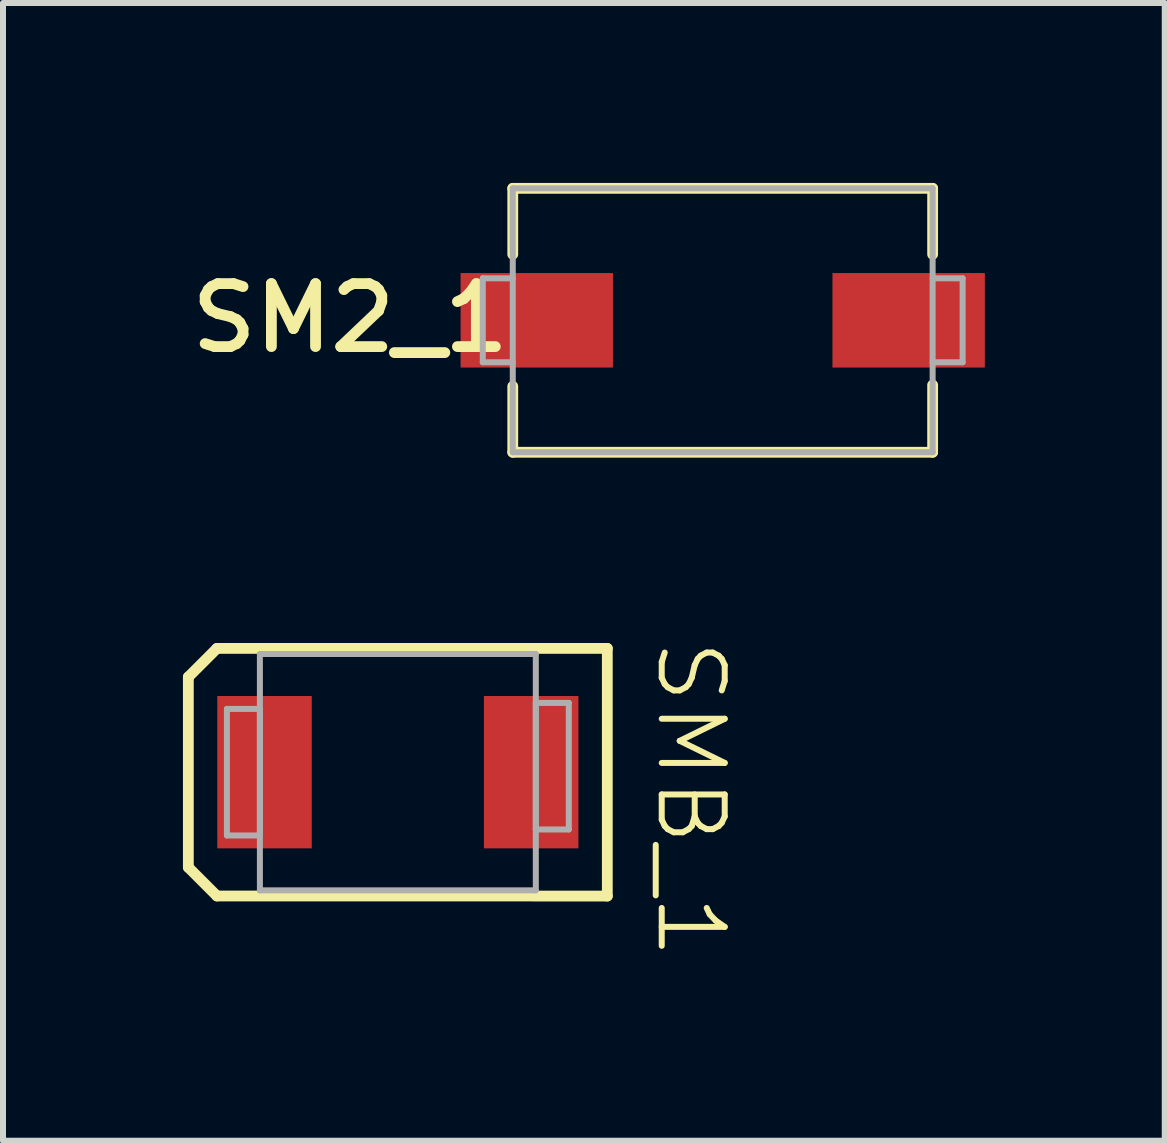
<source format=kicad_pcb>
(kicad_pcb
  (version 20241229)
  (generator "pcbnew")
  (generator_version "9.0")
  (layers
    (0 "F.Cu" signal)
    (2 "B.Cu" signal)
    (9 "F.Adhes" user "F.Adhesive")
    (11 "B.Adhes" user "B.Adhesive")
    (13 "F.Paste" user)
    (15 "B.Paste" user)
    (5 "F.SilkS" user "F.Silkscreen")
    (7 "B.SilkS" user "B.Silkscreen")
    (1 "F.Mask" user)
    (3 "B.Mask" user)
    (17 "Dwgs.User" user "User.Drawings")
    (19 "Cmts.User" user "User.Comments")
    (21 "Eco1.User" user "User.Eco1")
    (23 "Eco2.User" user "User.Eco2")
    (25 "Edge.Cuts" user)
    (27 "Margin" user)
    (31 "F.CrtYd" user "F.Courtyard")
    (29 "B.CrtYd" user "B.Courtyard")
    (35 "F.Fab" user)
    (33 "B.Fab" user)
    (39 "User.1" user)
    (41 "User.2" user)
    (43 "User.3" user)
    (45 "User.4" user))
  (footprint "SMB_1"
    (layer "F.Cu")
    (at 3.583 9.824)
    (property "Reference" "SMB_1" (at 4.88 0.45 270) (unlocked yes) (layer "F.SilkS") (effects (font (size 1.05 1.104) (thickness 0.1))))
    (attr smd)
    (fp_line (start -3.493 -1.587) (end -3.016 -2.064) (stroke (width 0.18) (type solid)) (layer "F.SilkS"))
    (fp_line (start -3.493 1.587) (end -3.493 -1.587) (stroke (width 0.18) (type solid)) (layer "F.SilkS"))
    (fp_line (start -3.493 1.587) (end -3.016 2.064) (stroke (width 0.18) (type solid)) (layer "F.SilkS"))
    (fp_line (start -3.016 -2.064) (end 3.492 -2.064) (stroke (width 0.18) (type solid)) (layer "F.SilkS"))
    (fp_line (start -3.016 2.064) (end 3.492 2.065) (stroke (width 0.18) (type solid)) (layer "F.SilkS"))
    (fp_line (start 3.492 2.065) (end 3.492 -2.064) (stroke (width 0.18) (type solid)) (layer "F.SilkS"))
    (fp_line (start -2.85 -1.055) (end -2.3 -1.055) (stroke (width 0.1) (type solid)) (layer "F.Fab"))
    (fp_line (start -2.85 1.055) (end -2.85 -1.055) (stroke (width 0.1) (type solid)) (layer "F.Fab"))
    (fp_line (start -2.85 1.055) (end -2.3 1.055) (stroke (width 0.1) (type solid)) (layer "F.Fab"))
    (fp_line (start -2.3 -1.97) (end 2.3 -1.97) (stroke (width 0.1) (type solid)) (layer "F.Fab"))
    (fp_line (start -2.3 1.055) (end -2.3 -1.055) (stroke (width 0.1) (type solid)) (layer "F.Fab"))
    (fp_line (start -2.3 1.97) (end -2.3 -1.97) (stroke (width 0.1) (type solid)) (layer "F.Fab"))
    (fp_line (start -2.3 1.97) (end 2.3 1.97) (stroke (width 0.1) (type solid)) (layer "F.Fab"))
    (fp_line (start -1.9 -1.9) (end -1.3 -1.9) (stroke (width 0.00003) (type solid)) (layer "F.Fab"))
    (fp_line (start -1.9 1.9) (end -1.9 -1.9) (stroke (width 0.00003) (type solid)) (layer "F.Fab"))
    (fp_line (start -1.9 1.9) (end -1.3 1.9) (stroke (width 0.00003) (type solid)) (layer "F.Fab"))
    (fp_line (start -1.3 1.9) (end -1.3 -1.9) (stroke (width 0.00003) (type solid)) (layer "F.Fab"))
    (fp_line (start 2.3 -1.155) (end 2.85 -1.155) (stroke (width 0.1) (type solid)) (layer "F.Fab"))
    (fp_line (start 2.3 0.955) (end 2.3 -1.155) (stroke (width 0.1) (type solid)) (layer "F.Fab"))
    (fp_line (start 2.3 0.955) (end 2.85 0.955) (stroke (width 0.1) (type solid)) (layer "F.Fab"))
    (fp_line (start 2.3 1.97) (end 2.3 -1.97) (stroke (width 0.1) (type solid)) (layer "F.Fab"))
    (fp_line (start 2.85 0.955) (end 2.85 -1.155) (stroke (width 0.1) (type solid)) (layer "F.Fab"))
    (pad "A" smd rect (at 2.223 0) (size 1.575 2.54) (layers "F.Cu" "F.Mask" "F.Paste"))
    (pad "K" smd rect (at -2.223 0) (size 1.575 2.54) (layers "F.Cu" "F.Mask" "F.Paste")))
  (footprint "SM2_1"
    (layer "F.Cu")
    (at 8.999 2.29)
    (property "Reference" "SM2_1" (at -6.21 -0.038 0) (unlocked yes) (layer "F.SilkS") (effects (font (size 1.05 1.104) (thickness 0.18))))
    (attr smd)
    (fp_line (start -3.5 -2.2) (end 3.5 -2.2) (stroke (width 0.18) (type solid)) (layer "F.SilkS"))
    (fp_line (start -3.5 -1.1) (end -3.5 -2.2) (stroke (width 0.18) (type solid)) (layer "F.SilkS"))
    (fp_line (start -3.5 2.2) (end -3.5 1.1) (stroke (width 0.18) (type solid)) (layer "F.SilkS"))
    (fp_line (start -3.5 2.2) (end 3.5 2.2) (stroke (width 0.18) (type solid)) (layer "F.SilkS"))
    (fp_line (start 3.5 -1.1) (end 3.5 -2.2) (stroke (width 0.18) (type solid)) (layer "F.SilkS"))
    (fp_line (start 3.5 2.2) (end 3.5 1.079) (stroke (width 0.18) (type solid)) (layer "F.SilkS"))
    (fp_line (start -4 -0.7) (end -3.5 -0.7) (stroke (width 0.1) (type solid)) (layer "F.Fab"))
    (fp_line (start -4 0.7) (end -4 -0.7) (stroke (width 0.1) (type solid)) (layer "F.Fab"))
    (fp_line (start -4 0.7) (end -3.5 0.7) (stroke (width 0.1) (type solid)) (layer "F.Fab"))
    (fp_line (start -3.5 -2.2) (end 3.5 -2.2) (stroke (width 0.1) (type solid)) (layer "F.Fab"))
    (fp_line (start -3.5 2.2) (end -3.5 -2.2) (stroke (width 0.1) (type solid)) (layer "F.Fab"))
    (fp_line (start -3.5 2.2) (end 3.5 2.2) (stroke (width 0.1) (type solid)) (layer "F.Fab"))
    (fp_line (start 3.5 -0.7) (end 4 -0.7) (stroke (width 0.1) (type solid)) (layer "F.Fab"))
    (fp_line (start 3.5 0.7) (end 4 0.7) (stroke (width 0.1) (type solid)) (layer "F.Fab"))
    (fp_line (start 3.5 2.2) (end 3.5 -2.2) (stroke (width 0.1) (type solid)) (layer "F.Fab"))
    (fp_line (start 4 0.7) (end 4 -0.7) (stroke (width 0.1) (type solid)) (layer "F.Fab"))
    (pad "1" smd rect (at -3.1 0) (size 2.54 1.575) (layers "F.Cu" "F.Mask" "F.Paste"))
    (pad "2" smd rect (at 3.1 0) (size 2.54 1.575) (layers "F.Cu" "F.Mask" "F.Paste")))
  (gr_rect
    (start -3 -3)
    (end 16.369 15.969)
    (stroke (width 0.1) (type default))
    (fill no)
    (layer "Edge.Cuts")))
</source>
